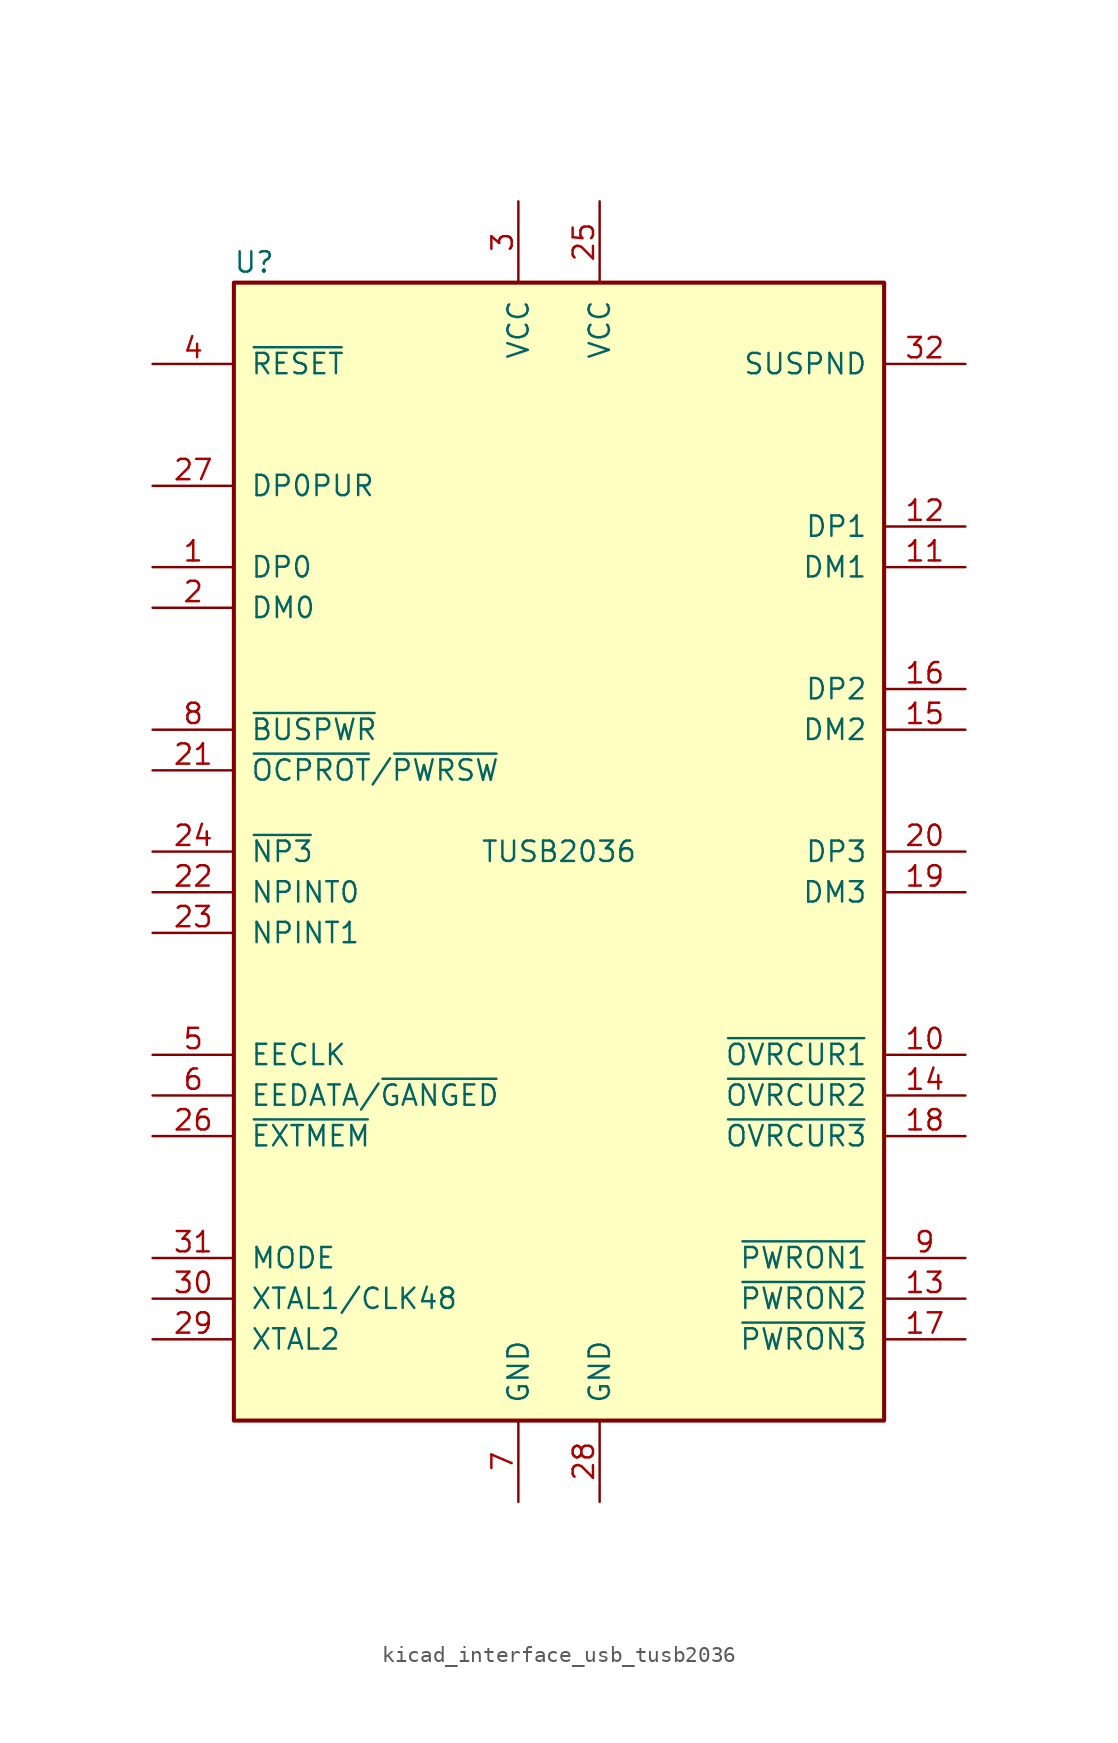
<source format=kicad_sym>
(kicad_symbol_lib
  (version 20220914)
  (generator kicad_symbol_editor)
  (symbol "kicad_interface_usb_tusb2036"
    (pin_names
      (offset 1.016))
    (property "Reference" "U"
      (at -19.05 36.83 0)
      (effects (font (size 1.27 1.27))))
    (property "Value" "TUSB2036"
      (at 0 0 0)
      (effects (font (size 1.27 1.27))))
    (symbol "kicad_interface_usb_tusb2036_0_1"
      (rectangle (start -20.32 35.56) (end 20.32 -35.56) (stroke (width 0.254) (type default)) (fill (type background))))
    (symbol "kicad_interface_usb_tusb2036_1_1"
      (pin bidirectional line (at -25.4 17.78 0) (length 5.08) (name "DP0" (effects (font (size 1.27 1.27)))) (number "1" (effects (font (size 1.27 1.27)))))
      (pin input line (at 25.4 -12.7 180) (length 5.08) (name "~{OVRCUR1}" (effects (font (size 1.27 1.27)))) (number "10" (effects (font (size 1.27 1.27)))))
      (pin bidirectional line (at 25.4 17.78 180) (length 5.08) (name "DM1" (effects (font (size 1.27 1.27)))) (number "11" (effects (font (size 1.27 1.27)))))
      (pin bidirectional line (at 25.4 20.32 180) (length 5.08) (name "DP1" (effects (font (size 1.27 1.27)))) (number "12" (effects (font (size 1.27 1.27)))))
      (pin output line (at 25.4 -27.94 180) (length 5.08) (name "~{PWRON2}" (effects (font (size 1.27 1.27)))) (number "13" (effects (font (size 1.27 1.27)))))
      (pin input line (at 25.4 -15.24 180) (length 5.08) (name "~{OVRCUR2}" (effects (font (size 1.27 1.27)))) (number "14" (effects (font (size 1.27 1.27)))))
      (pin bidirectional line (at 25.4 7.62 180) (length 5.08) (name "DM2" (effects (font (size 1.27 1.27)))) (number "15" (effects (font (size 1.27 1.27)))))
      (pin bidirectional line (at 25.4 10.16 180) (length 5.08) (name "DP2" (effects (font (size 1.27 1.27)))) (number "16" (effects (font (size 1.27 1.27)))))
      (pin output line (at 25.4 -30.48 180) (length 5.08) (name "~{PWRON3}" (effects (font (size 1.27 1.27)))) (number "17" (effects (font (size 1.27 1.27)))))
      (pin input line (at 25.4 -17.78 180) (length 5.08) (name "~{OVRCUR3}" (effects (font (size 1.27 1.27)))) (number "18" (effects (font (size 1.27 1.27)))))
      (pin bidirectional line (at 25.4 -2.54 180) (length 5.08) (name "DM3" (effects (font (size 1.27 1.27)))) (number "19" (effects (font (size 1.27 1.27)))))
      (pin bidirectional line (at -25.4 15.24 0) (length 5.08) (name "DM0" (effects (font (size 1.27 1.27)))) (number "2" (effects (font (size 1.27 1.27)))))
      (pin bidirectional line (at 25.4 0 180) (length 5.08) (name "DP3" (effects (font (size 1.27 1.27)))) (number "20" (effects (font (size 1.27 1.27)))))
      (pin input line (at -25.4 5.08 0) (length 5.08) (name "~{OCPROT}/~{PWRSW}" (effects (font (size 1.27 1.27)))) (number "21" (effects (font (size 1.27 1.27)))))
      (pin input line (at -25.4 -2.54 0) (length 5.08) (name "NPINT0" (effects (font (size 1.27 1.27)))) (number "22" (effects (font (size 1.27 1.27)))))
      (pin input line (at -25.4 -5.08 0) (length 5.08) (name "NPINT1" (effects (font (size 1.27 1.27)))) (number "23" (effects (font (size 1.27 1.27)))))
      (pin input line (at -25.4 0 0) (length 5.08) (name "~{NP3}" (effects (font (size 1.27 1.27)))) (number "24" (effects (font (size 1.27 1.27)))))
      (pin power_in line (at 2.54 40.64 270) (length 5.08) (name "VCC" (effects (font (size 1.27 1.27)))) (number "25" (effects (font (size 1.27 1.27)))))
      (pin input line (at -25.4 -17.78 0) (length 5.08) (name "~{EXTMEM}" (effects (font (size 1.27 1.27)))) (number "26" (effects (font (size 1.27 1.27)))))
      (pin output line (at -25.4 22.86 0) (length 5.08) (name "DP0PUR" (effects (font (size 1.27 1.27)))) (number "27" (effects (font (size 1.27 1.27)))))
      (pin power_in line (at 2.54 -40.64 90) (length 5.08) (name "GND" (effects (font (size 1.27 1.27)))) (number "28" (effects (font (size 1.27 1.27)))))
      (pin output line (at -25.4 -30.48 0) (length 5.08) (name "XTAL2" (effects (font (size 1.27 1.27)))) (number "29" (effects (font (size 1.27 1.27)))))
      (pin power_in line (at -2.54 40.64 270) (length 5.08) (name "VCC" (effects (font (size 1.27 1.27)))) (number "3" (effects (font (size 1.27 1.27)))))
      (pin input line (at -25.4 -27.94 0) (length 5.08) (name "XTAL1/CLK48" (effects (font (size 1.27 1.27)))) (number "30" (effects (font (size 1.27 1.27)))))
      (pin input line (at -25.4 -25.4 0) (length 5.08) (name "MODE" (effects (font (size 1.27 1.27)))) (number "31" (effects (font (size 1.27 1.27)))))
      (pin output line (at 25.4 30.48 180) (length 5.08) (name "SUSPND" (effects (font (size 1.27 1.27)))) (number "32" (effects (font (size 1.27 1.27)))))
      (pin input line (at -25.4 30.48 0) (length 5.08) (name "~{RESET}" (effects (font (size 1.27 1.27)))) (number "4" (effects (font (size 1.27 1.27)))))
      (pin tri_state line (at -25.4 -12.7 0) (length 5.08) (name "EECLK" (effects (font (size 1.27 1.27)))) (number "5" (effects (font (size 1.27 1.27)))))
      (pin bidirectional line (at -25.4 -15.24 0) (length 5.08) (name "EEDATA/~{GANGED}" (effects (font (size 1.27 1.27)))) (number "6" (effects (font (size 1.27 1.27)))))
      (pin power_in line (at -2.54 -40.64 90) (length 5.08) (name "GND" (effects (font (size 1.27 1.27)))) (number "7" (effects (font (size 1.27 1.27)))))
      (pin input line (at -25.4 7.62 0) (length 5.08) (name "~{BUSPWR}" (effects (font (size 1.27 1.27)))) (number "8" (effects (font (size 1.27 1.27)))))
      (pin output line (at 25.4 -25.4 180) (length 5.08) (name "~{PWRON1}" (effects (font (size 1.27 1.27)))) (number "9" (effects (font (size 1.27 1.27))))))))
</source>
